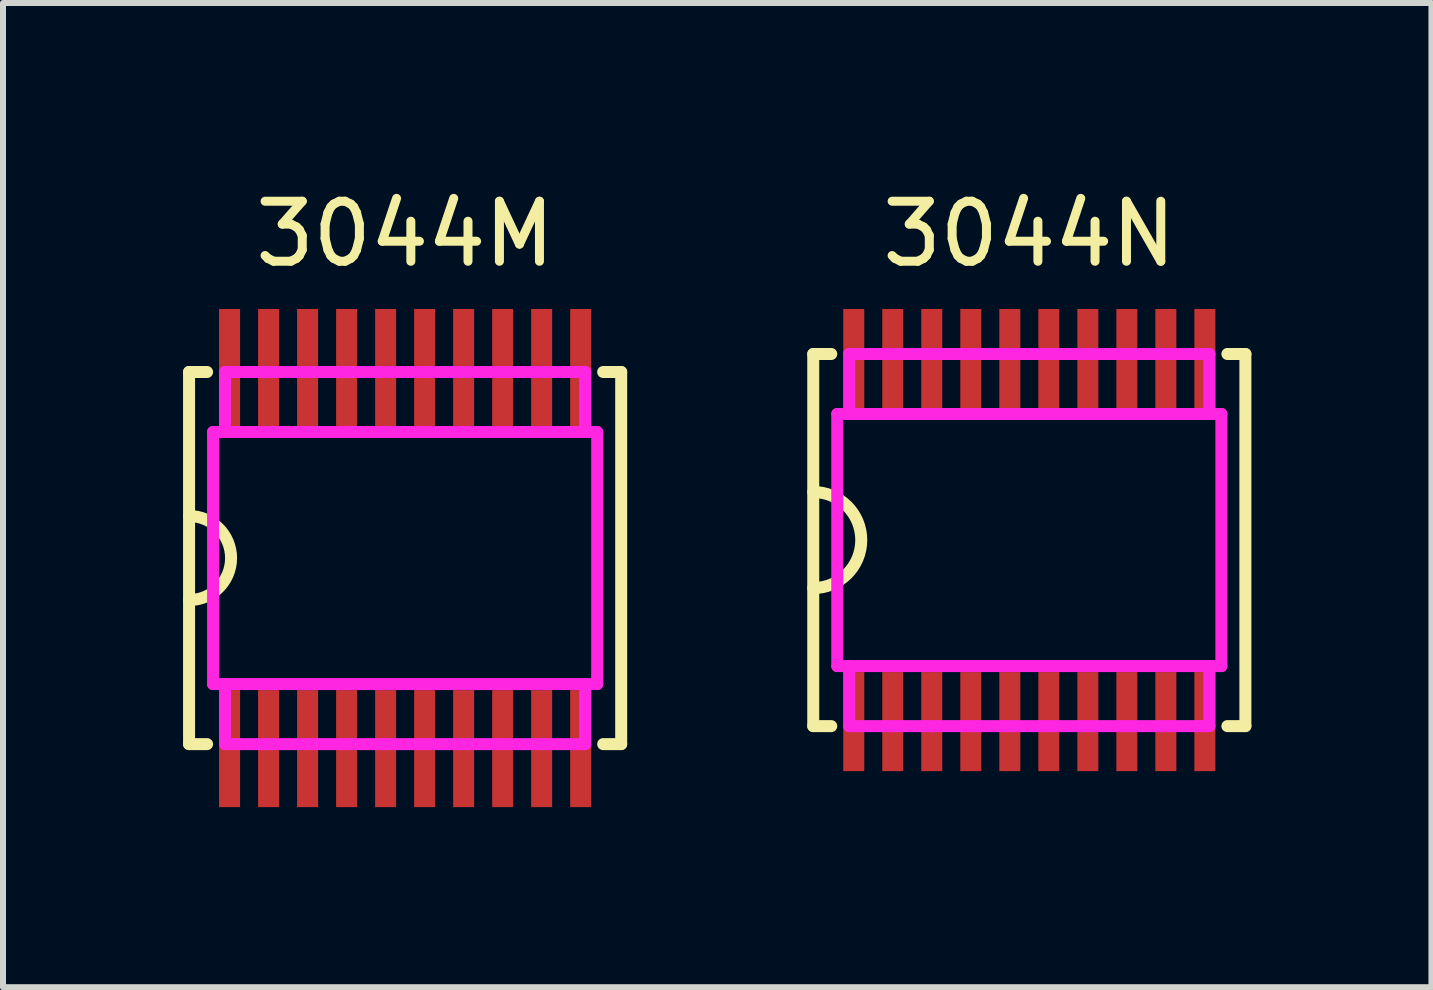
<source format=kicad_pcb>
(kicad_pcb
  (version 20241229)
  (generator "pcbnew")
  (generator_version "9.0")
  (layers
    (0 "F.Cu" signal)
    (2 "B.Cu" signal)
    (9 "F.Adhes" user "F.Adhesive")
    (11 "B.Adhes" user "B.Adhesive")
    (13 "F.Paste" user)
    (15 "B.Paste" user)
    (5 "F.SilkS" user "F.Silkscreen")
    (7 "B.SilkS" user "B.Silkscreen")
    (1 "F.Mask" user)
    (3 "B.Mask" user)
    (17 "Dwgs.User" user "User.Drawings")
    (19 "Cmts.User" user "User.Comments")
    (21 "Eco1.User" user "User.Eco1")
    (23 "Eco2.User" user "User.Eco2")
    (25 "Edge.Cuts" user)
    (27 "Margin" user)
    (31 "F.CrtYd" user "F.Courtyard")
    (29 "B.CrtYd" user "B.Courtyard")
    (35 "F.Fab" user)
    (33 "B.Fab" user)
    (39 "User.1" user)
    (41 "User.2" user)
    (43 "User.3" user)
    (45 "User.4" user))
  (footprint "3044M"
    (layer "F.Cu")
    (at 3.7 6.248)
    (property "Reference" "3044M" (at 0 -5.4 0) (layer "F.SilkS") (effects (font (size 1 1) (thickness 0.15))))
    (attr through_hole)
    (fp_line (start -3.6 -3.1) (end -3.6 3.1) (stroke (width 0.2) (type solid)) (layer "F.SilkS"))
    (fp_line (start -3.6 3.1) (end -3.3 3.1) (stroke (width 0.2) (type solid)) (layer "F.SilkS"))
    (fp_line (start -3.3 -3.1) (end -3.6 -3.1) (stroke (width 0.2) (type solid)) (layer "F.SilkS"))
    (fp_line (start 3.3 -3.1) (end 3.6 -3.1) (stroke (width 0.2) (type solid)) (layer "F.SilkS"))
    (fp_line (start 3.6 -3.1) (end 3.6 3.1) (stroke (width 0.2) (type solid)) (layer "F.SilkS"))
    (fp_line (start 3.6 3.1) (end 3.3 3.1) (stroke (width 0.2) (type solid)) (layer "F.SilkS"))
    (fp_arc (start -3.6 -0.7) (mid -2.9 0) (end -3.6 0.7) (stroke (width 0.2) (type solid)) (layer "F.SilkS"))
    (fp_line (start -3.2 -2.1) (end -3.2 2.1) (stroke (width 0.2) (type solid)) (layer "F.CrtYd"))
    (fp_line (start -3.2 2.1) (end 3.2 2.1) (stroke (width 0.2) (type solid)) (layer "F.CrtYd"))
    (fp_line (start -3 -3.1) (end 3 -3.1) (stroke (width 0.2) (type solid)) (layer "F.CrtYd"))
    (fp_line (start -3 -2.1) (end -3 -3.1) (stroke (width 0.2) (type solid)) (layer "F.CrtYd"))
    (fp_line (start -3 2.1) (end -3 3.1) (stroke (width 0.2) (type solid)) (layer "F.CrtYd"))
    (fp_line (start -3 3.1) (end 3 3.1) (stroke (width 0.2) (type solid)) (layer "F.CrtYd"))
    (fp_line (start 3 -3.1) (end 3 -2.1) (stroke (width 0.2) (type solid)) (layer "F.CrtYd"))
    (fp_line (start 3 3.1) (end 3 2.1) (stroke (width 0.2) (type solid)) (layer "F.CrtYd"))
    (fp_line (start 3.2 -2.1) (end -3.2 -2.1) (stroke (width 0.2) (type solid)) (layer "F.CrtYd"))
    (fp_line (start 3.2 2.1) (end 3.2 -2.1) (stroke (width 0.2) (type solid)) (layer "F.CrtYd"))
    (pad "1" smd rect (at -2.925 3.175) (size 0.35 1.95) (layers "F.Cu" "F.Mask"))
    (pad "2" smd rect (at -2.275 3.175) (size 0.35 1.95) (layers "F.Cu" "F.Mask"))
    (pad "3" smd rect (at -1.625 3.175) (size 0.35 1.95) (layers "F.Cu" "F.Mask"))
    (pad "4" smd rect (at -0.975 3.175) (size 0.35 1.95) (layers "F.Cu" "F.Mask"))
    (pad "5" smd rect (at -0.325 3.175) (size 0.35 1.95) (layers "F.Cu" "F.Mask"))
    (pad "6" smd rect (at 0.325 3.175) (size 0.35 1.95) (layers "F.Cu" "F.Mask"))
    (pad "7" smd rect (at 0.975 3.175) (size 0.35 1.95) (layers "F.Cu" "F.Mask"))
    (pad "8" smd rect (at 1.625 3.175) (size 0.35 1.95) (layers "F.Cu" "F.Mask"))
    (pad "9" smd rect (at 2.275 3.175) (size 0.35 1.95) (layers "F.Cu" "F.Mask"))
    (pad "10" smd rect (at 2.925 3.175) (size 0.35 1.95) (layers "F.Cu" "F.Mask"))
    (pad "11" smd rect (at 2.925 -3.175) (size 0.35 1.95) (layers "F.Cu" "F.Mask"))
    (pad "12" smd rect (at 2.275 -3.175) (size 0.35 1.95) (layers "F.Cu" "F.Mask"))
    (pad "13" smd rect (at 1.625 -3.175) (size 0.35 1.95) (layers "F.Cu" "F.Mask"))
    (pad "14" smd rect (at 0.975 -3.175) (size 0.35 1.95) (layers "F.Cu" "F.Mask"))
    (pad "15" smd rect (at 0.325 -3.175) (size 0.35 1.95) (layers "F.Cu" "F.Mask"))
    (pad "16" smd rect (at -0.325 -3.175) (size 0.35 1.95) (layers "F.Cu" "F.Mask"))
    (pad "17" smd rect (at -0.975 -3.175) (size 0.35 1.95) (layers "F.Cu" "F.Mask"))
    (pad "18" smd rect (at -1.625 -3.175) (size 0.35 1.95) (layers "F.Cu" "F.Mask"))
    (pad "19" smd rect (at -2.275 -3.175) (size 0.35 1.95) (layers "F.Cu" "F.Mask"))
    (pad "20" smd rect (at -2.925 -3.175) (size 0.35 1.95) (layers "F.Cu" "F.Mask")))
  (footprint "3044N"
    (layer "F.Cu")
    (at 14.1 5.948)
    (property "Reference" "3044N" (at 0 -5.1 0) (layer "F.SilkS") (effects (font (size 1 1) (thickness 0.15))))
    (attr through_hole)
    (fp_line (start -3.6 -3.1) (end -3.6 3.1) (stroke (width 0.2) (type solid)) (layer "F.SilkS"))
    (fp_line (start -3.6 3.1) (end -3.3 3.1) (stroke (width 0.2) (type solid)) (layer "F.SilkS"))
    (fp_line (start -3.3 -3.1) (end -3.6 -3.1) (stroke (width 0.2) (type solid)) (layer "F.SilkS"))
    (fp_line (start 3.3 -3.1) (end 3.6 -3.1) (stroke (width 0.2) (type solid)) (layer "F.SilkS"))
    (fp_line (start 3.6 -3.1) (end 3.6 3.1) (stroke (width 0.2) (type solid)) (layer "F.SilkS"))
    (fp_line (start 3.6 3.1) (end 3.3 3.1) (stroke (width 0.2) (type solid)) (layer "F.SilkS"))
    (fp_arc (start -3.6 -0.8) (mid -2.8 0) (end -3.6 0.8) (stroke (width 0.2) (type solid)) (layer "F.SilkS"))
    (fp_line (start -2.925 -3.675) (end -2.925 -3.2) (stroke (width 0.3) (type solid)) (layer "F.Paste"))
    (fp_line (start -2.925 -3.2) (end -2.925 -2.65) (stroke (width 0.16) (type solid)) (layer "F.Paste"))
    (fp_line (start -2.925 -2.375) (end -2.925 -2.65) (stroke (width 0.3) (type solid)) (layer "F.Paste"))
    (fp_line (start -2.925 2.65) (end -2.925 2.375) (stroke (width 0.3) (type solid)) (layer "F.Paste"))
    (fp_line (start -2.925 2.65) (end -2.925 3.2) (stroke (width 0.16) (type solid)) (layer "F.Paste"))
    (fp_line (start -2.925 3.2) (end -2.925 3.675) (stroke (width 0.3) (type solid)) (layer "F.Paste"))
    (fp_line (start -2.275 -3.675) (end -2.275 -3.2) (stroke (width 0.3) (type solid)) (layer "F.Paste"))
    (fp_line (start -2.275 -3.2) (end -2.275 -2.65) (stroke (width 0.16) (type solid)) (layer "F.Paste"))
    (fp_line (start -2.275 -2.375) (end -2.275 -2.65) (stroke (width 0.3) (type solid)) (layer "F.Paste"))
    (fp_line (start -2.275 2.65) (end -2.275 2.375) (stroke (width 0.3) (type solid)) (layer "F.Paste"))
    (fp_line (start -2.275 2.65) (end -2.275 3.2) (stroke (width 0.16) (type solid)) (layer "F.Paste"))
    (fp_line (start -2.275 3.2) (end -2.275 3.675) (stroke (width 0.3) (type solid)) (layer "F.Paste"))
    (fp_line (start -1.625 -3.675) (end -1.625 -3.2) (stroke (width 0.3) (type solid)) (layer "F.Paste"))
    (fp_line (start -1.625 -3.2) (end -1.625 -2.65) (stroke (width 0.16) (type solid)) (layer "F.Paste"))
    (fp_line (start -1.625 -2.375) (end -1.625 -2.65) (stroke (width 0.3) (type solid)) (layer "F.Paste"))
    (fp_line (start -1.625 2.65) (end -1.625 2.375) (stroke (width 0.3) (type solid)) (layer "F.Paste"))
    (fp_line (start -1.625 2.65) (end -1.625 3.2) (stroke (width 0.16) (type solid)) (layer "F.Paste"))
    (fp_line (start -1.625 3.2) (end -1.625 3.675) (stroke (width 0.3) (type solid)) (layer "F.Paste"))
    (fp_line (start -0.975 -3.675) (end -0.975 -3.2) (stroke (width 0.3) (type solid)) (layer "F.Paste"))
    (fp_line (start -0.975 -3.2) (end -0.975 -2.65) (stroke (width 0.16) (type solid)) (layer "F.Paste"))
    (fp_line (start -0.975 -2.375) (end -0.975 -2.65) (stroke (width 0.3) (type solid)) (layer "F.Paste"))
    (fp_line (start -0.975 2.65) (end -0.975 2.375) (stroke (width 0.3) (type solid)) (layer "F.Paste"))
    (fp_line (start -0.975 2.65) (end -0.975 3.2) (stroke (width 0.16) (type solid)) (layer "F.Paste"))
    (fp_line (start -0.975 3.2) (end -0.975 3.675) (stroke (width 0.3) (type solid)) (layer "F.Paste"))
    (fp_line (start -0.325 -3.675) (end -0.325 -3.2) (stroke (width 0.3) (type solid)) (layer "F.Paste"))
    (fp_line (start -0.325 -3.2) (end -0.325 -2.65) (stroke (width 0.16) (type solid)) (layer "F.Paste"))
    (fp_line (start -0.325 -2.375) (end -0.325 -2.65) (stroke (width 0.3) (type solid)) (layer "F.Paste"))
    (fp_line (start -0.325 2.65) (end -0.325 2.375) (stroke (width 0.3) (type solid)) (layer "F.Paste"))
    (fp_line (start -0.325 2.65) (end -0.325 3.2) (stroke (width 0.16) (type solid)) (layer "F.Paste"))
    (fp_line (start -0.325 3.2) (end -0.325 3.675) (stroke (width 0.3) (type solid)) (layer "F.Paste"))
    (fp_line (start 0.325 -3.675) (end 0.325 -3.2) (stroke (width 0.3) (type solid)) (layer "F.Paste"))
    (fp_line (start 0.325 -3.2) (end 0.325 -2.65) (stroke (width 0.16) (type solid)) (layer "F.Paste"))
    (fp_line (start 0.325 -2.375) (end 0.325 -2.65) (stroke (width 0.3) (type solid)) (layer "F.Paste"))
    (fp_line (start 0.325 2.65) (end 0.325 2.375) (stroke (width 0.3) (type solid)) (layer "F.Paste"))
    (fp_line (start 0.325 2.65) (end 0.325 3.2) (stroke (width 0.16) (type solid)) (layer "F.Paste"))
    (fp_line (start 0.325 3.2) (end 0.325 3.675) (stroke (width 0.3) (type solid)) (layer "F.Paste"))
    (fp_line (start 0.975 -3.675) (end 0.975 -3.2) (stroke (width 0.3) (type solid)) (layer "F.Paste"))
    (fp_line (start 0.975 -3.2) (end 0.975 -2.65) (stroke (width 0.16) (type solid)) (layer "F.Paste"))
    (fp_line (start 0.975 -2.375) (end 0.975 -2.65) (stroke (width 0.3) (type solid)) (layer "F.Paste"))
    (fp_line (start 0.975 2.65) (end 0.975 2.375) (stroke (width 0.3) (type solid)) (layer "F.Paste"))
    (fp_line (start 0.975 2.65) (end 0.975 3.2) (stroke (width 0.16) (type solid)) (layer "F.Paste"))
    (fp_line (start 0.975 3.2) (end 0.975 3.675) (stroke (width 0.3) (type solid)) (layer "F.Paste"))
    (fp_line (start 1.625 -3.675) (end 1.625 -3.2) (stroke (width 0.3) (type solid)) (layer "F.Paste"))
    (fp_line (start 1.625 -3.2) (end 1.625 -2.65) (stroke (width 0.16) (type solid)) (layer "F.Paste"))
    (fp_line (start 1.625 -2.375) (end 1.625 -2.65) (stroke (width 0.3) (type solid)) (layer "F.Paste"))
    (fp_line (start 1.625 2.65) (end 1.625 2.375) (stroke (width 0.3) (type solid)) (layer "F.Paste"))
    (fp_line (start 1.625 2.65) (end 1.625 3.2) (stroke (width 0.16) (type solid)) (layer "F.Paste"))
    (fp_line (start 1.625 3.2) (end 1.625 3.675) (stroke (width 0.3) (type solid)) (layer "F.Paste"))
    (fp_line (start 2.275 -3.675) (end 2.275 -3.2) (stroke (width 0.3) (type solid)) (layer "F.Paste"))
    (fp_line (start 2.275 -3.2) (end 2.275 -2.65) (stroke (width 0.16) (type solid)) (layer "F.Paste"))
    (fp_line (start 2.275 -2.375) (end 2.275 -2.65) (stroke (width 0.3) (type solid)) (layer "F.Paste"))
    (fp_line (start 2.275 2.65) (end 2.275 2.375) (stroke (width 0.3) (type solid)) (layer "F.Paste"))
    (fp_line (start 2.275 2.65) (end 2.275 3.2) (stroke (width 0.16) (type solid)) (layer "F.Paste"))
    (fp_line (start 2.275 3.2) (end 2.275 3.675) (stroke (width 0.3) (type solid)) (layer "F.Paste"))
    (fp_line (start 2.925 -3.675) (end 2.925 -3.2) (stroke (width 0.3) (type solid)) (layer "F.Paste"))
    (fp_line (start 2.925 -3.2) (end 2.925 -2.65) (stroke (width 0.16) (type solid)) (layer "F.Paste"))
    (fp_line (start 2.925 -2.375) (end 2.925 -2.65) (stroke (width 0.3) (type solid)) (layer "F.Paste"))
    (fp_line (start 2.925 2.65) (end 2.925 2.375) (stroke (width 0.3) (type solid)) (layer "F.Paste"))
    (fp_line (start 2.925 2.65) (end 2.925 3.2) (stroke (width 0.16) (type solid)) (layer "F.Paste"))
    (fp_line (start 2.925 3.2) (end 2.925 3.675) (stroke (width 0.3) (type solid)) (layer "F.Paste"))
    (fp_line (start -3.2 -2.1) (end 3.2 -2.1) (stroke (width 0.2) (type solid)) (layer "F.CrtYd"))
    (fp_line (start -3.2 2.1) (end -3.2 -2.1) (stroke (width 0.2) (type solid)) (layer "F.CrtYd"))
    (fp_line (start -3 -3.1) (end 3 -3.1) (stroke (width 0.2) (type solid)) (layer "F.CrtYd"))
    (fp_line (start -3 -2.1) (end -3 -3.1) (stroke (width 0.2) (type solid)) (layer "F.CrtYd"))
    (fp_line (start -3 2.1) (end -3 3.1) (stroke (width 0.2) (type solid)) (layer "F.CrtYd"))
    (fp_line (start -3 3.1) (end 3 3.1) (stroke (width 0.2) (type solid)) (layer "F.CrtYd"))
    (fp_line (start 3 -3.1) (end 3 -2.1) (stroke (width 0.2) (type solid)) (layer "F.CrtYd"))
    (fp_line (start 3 3.1) (end 3 2.1) (stroke (width 0.2) (type solid)) (layer "F.CrtYd"))
    (fp_line (start 3.2 -2.1) (end 3.2 2.1) (stroke (width 0.2) (type solid)) (layer "F.CrtYd"))
    (fp_line (start 3.2 2.1) (end -3.2 2.1) (stroke (width 0.2) (type solid)) (layer "F.CrtYd"))
    (pad "1" smd rect (at -2.925 3.025) (size 0.35 1.65) (layers "F.Cu" "F.Mask"))
    (pad "2" smd rect (at -2.275 3.025) (size 0.35 1.65) (layers "F.Cu" "F.Mask"))
    (pad "3" smd rect (at -1.625 3.025) (size 0.35 1.65) (layers "F.Cu" "F.Mask"))
    (pad "4" smd rect (at -0.975 3.025) (size 0.35 1.65) (layers "F.Cu" "F.Mask"))
    (pad "5" smd rect (at -0.325 3.025) (size 0.35 1.65) (layers "F.Cu" "F.Mask"))
    (pad "6" smd rect (at 0.325 3.025) (size 0.35 1.65) (layers "F.Cu" "F.Mask"))
    (pad "7" smd rect (at 0.975 3.025) (size 0.35 1.65) (layers "F.Cu" "F.Mask"))
    (pad "8" smd rect (at 1.625 3.025) (size 0.35 1.65) (layers "F.Cu" "F.Mask"))
    (pad "9" smd rect (at 2.275 3.025) (size 0.35 1.65) (layers "F.Cu" "F.Mask"))
    (pad "10" smd rect (at 2.925 3.025) (size 0.35 1.65) (layers "F.Cu" "F.Mask"))
    (pad "11" smd rect (at 2.925 -3.025) (size 0.35 1.65) (layers "F.Cu" "F.Mask"))
    (pad "12" smd rect (at 2.275 -3.025) (size 0.35 1.65) (layers "F.Cu" "F.Mask"))
    (pad "13" smd rect (at 1.625 -3.025) (size 0.35 1.65) (layers "F.Cu" "F.Mask"))
    (pad "14" smd rect (at 0.975 -3.025) (size 0.35 1.65) (layers "F.Cu" "F.Mask"))
    (pad "15" smd rect (at 0.325 -3.025) (size 0.35 1.65) (layers "F.Cu" "F.Mask"))
    (pad "16" smd rect (at -0.325 -3.025) (size 0.35 1.65) (layers "F.Cu" "F.Mask"))
    (pad "17" smd rect (at -0.975 -3.025) (size 0.35 1.65) (layers "F.Cu" "F.Mask"))
    (pad "18" smd rect (at -1.625 -3.025) (size 0.35 1.65) (layers "F.Cu" "F.Mask"))
    (pad "19" smd rect (at -2.275 -3.025) (size 0.35 1.65) (layers "F.Cu" "F.Mask"))
    (pad "20" smd rect (at -2.925 -3.025) (size 0.35 1.65) (layers "F.Cu" "F.Mask")))
  (gr_rect
    (start -3 -3)
    (end 20.8 13.398)
    (stroke (width 0.1) (type default))
    (fill no)
    (layer "Edge.Cuts")))
</source>
